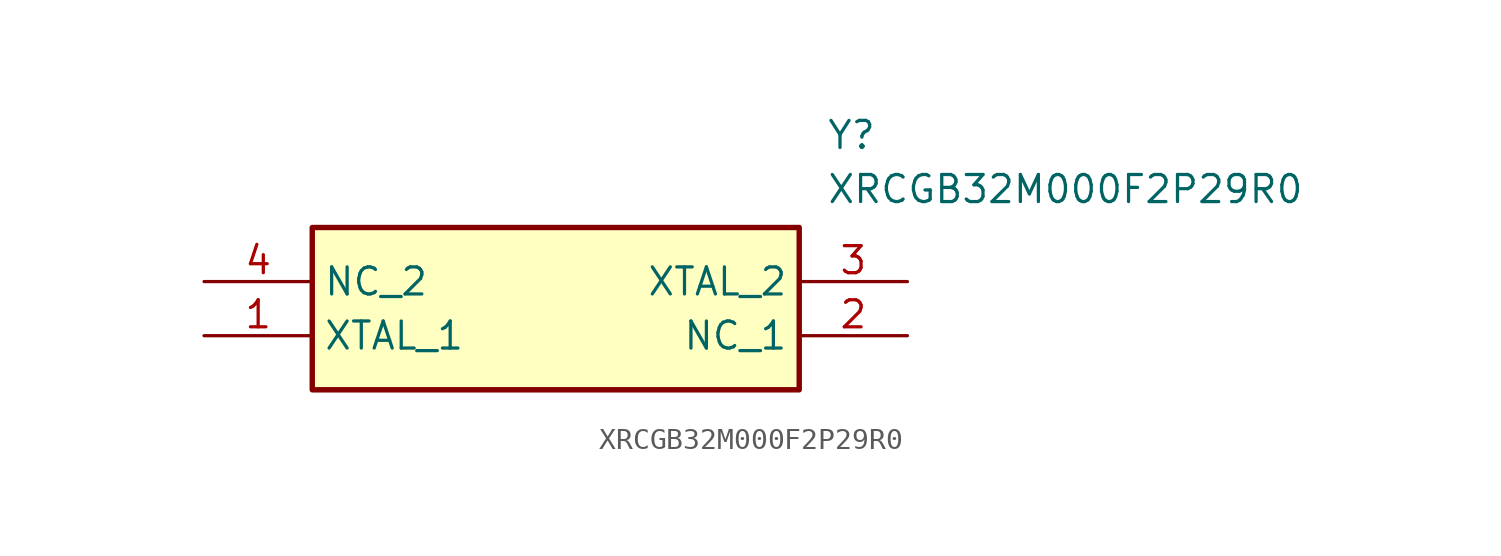
<source format=kicad_sym>
(kicad_symbol_lib
  (version 20211014)
  (generator SamacSys_ECAD_Model)
  (symbol "XRCGB32M000F2P29R0"
    (property "Reference" "Y"
      (at 29.21 7.62 0)
      (effects (font (size 1.27 1.27)) (justify left top)))
    (property "Value" "XRCGB32M000F2P29R0"
      (at 29.21 5.08 0)
      (effects (font (size 1.27 1.27)) (justify left top)))
    (rectangle
      (start 5.08 2.54)
      (end 27.94 -5.08)
      (stroke (width 0.254) (type default))
      (fill (type background)))
    (pin passive line
      (at 0 -2.54 0)
      (length 5.08)
      (name "XTAL_1" (effects (font (size 1.27 1.27))))
      (number "1" (effects (font (size 1.27 1.27)))))
    (pin passive line
      (at 33.02 -2.54 180)
      (length 5.08)
      (name "NC_1" (effects (font (size 1.27 1.27))))
      (number "2" (effects (font (size 1.27 1.27)))))
    (pin passive line
      (at 33.02 0 180)
      (length 5.08)
      (name "XTAL_2" (effects (font (size 1.27 1.27))))
      (number "3" (effects (font (size 1.27 1.27)))))
    (pin passive line
      (at 0 0 0)
      (length 5.08)
      (name "NC_2" (effects (font (size 1.27 1.27))))
      (number "4" (effects (font (size 1.27 1.27)))))))
</source>
